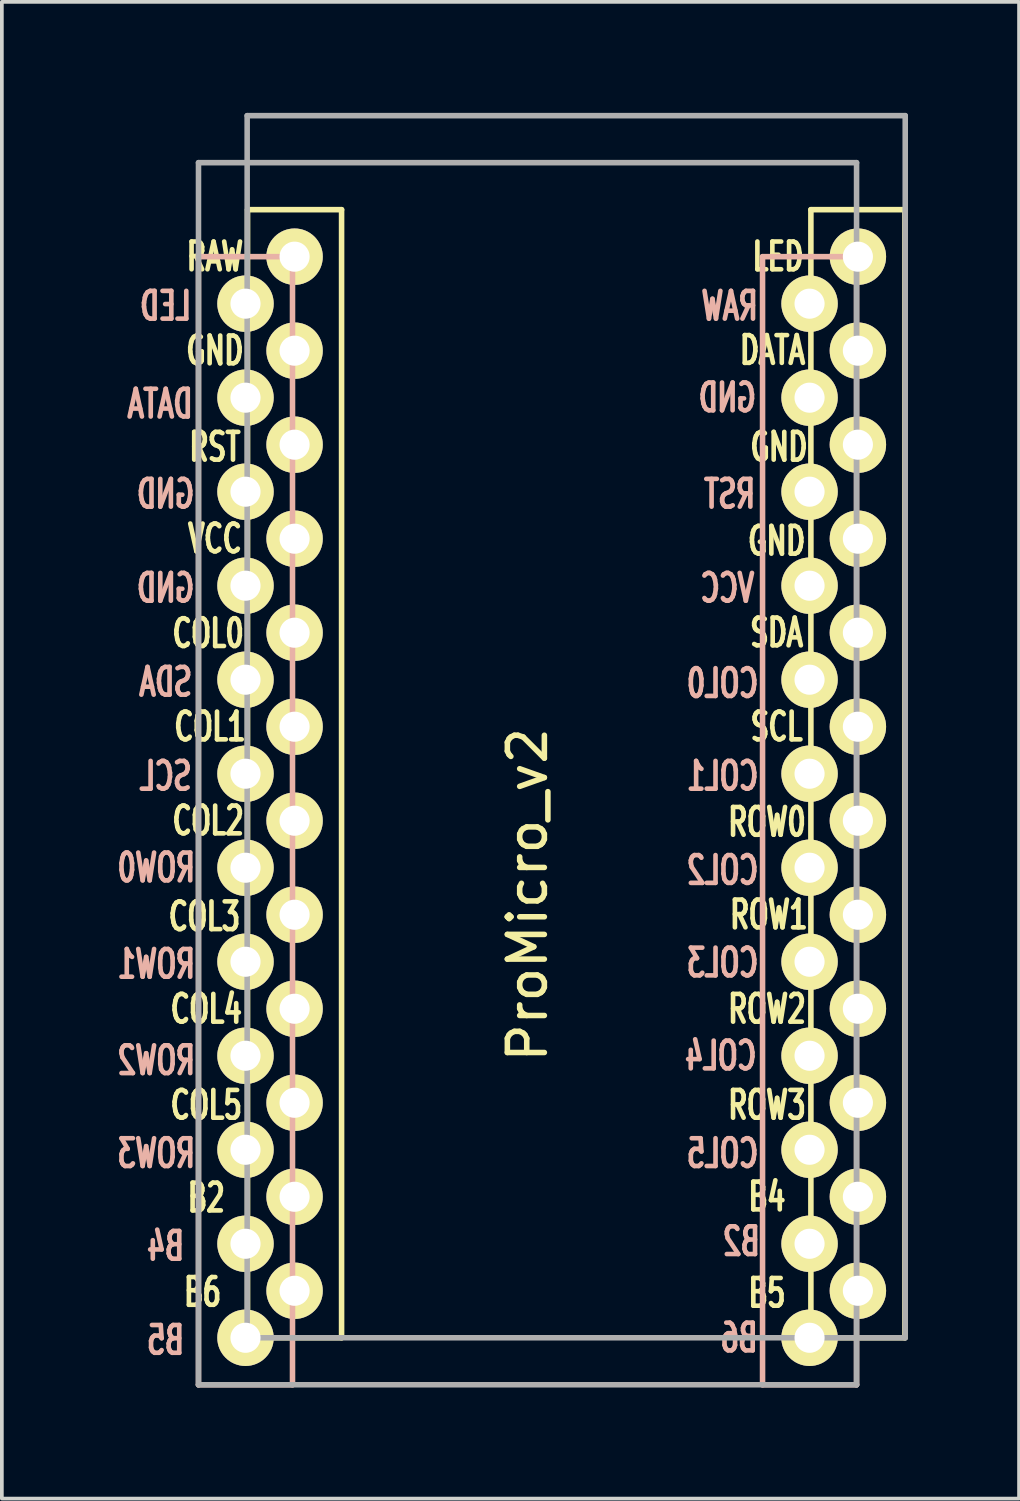
<source format=kicad_pcb>
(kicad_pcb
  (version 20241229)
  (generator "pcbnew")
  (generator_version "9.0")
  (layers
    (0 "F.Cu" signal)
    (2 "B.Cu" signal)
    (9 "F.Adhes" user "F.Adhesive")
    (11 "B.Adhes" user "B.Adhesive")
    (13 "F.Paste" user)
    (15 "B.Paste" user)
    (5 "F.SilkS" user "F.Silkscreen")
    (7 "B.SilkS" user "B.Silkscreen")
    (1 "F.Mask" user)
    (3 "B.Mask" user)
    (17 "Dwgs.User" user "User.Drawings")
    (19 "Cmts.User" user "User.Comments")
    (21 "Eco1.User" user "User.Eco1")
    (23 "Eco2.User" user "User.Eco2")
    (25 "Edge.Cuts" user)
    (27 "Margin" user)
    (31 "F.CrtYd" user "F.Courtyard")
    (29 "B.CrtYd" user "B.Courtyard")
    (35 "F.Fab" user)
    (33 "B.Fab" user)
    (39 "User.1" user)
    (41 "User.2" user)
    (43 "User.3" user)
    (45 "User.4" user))
  (footprint "ProMicro_v2"
    (layer "F.Cu")
    (at 12.473 18.363)
    (property "Reference" "ProMicro_v2" (at -1.27 2.762 270) (layer "F.SilkS") (effects (font (size 1 1) (thickness 0.15))))
    (attr through_hole)
    (fp_line (start -8.834 -15.748) (end -6.294 -15.748) (stroke (width 0.15) (type solid)) (layer "F.SilkS"))
    (fp_line (start -8.834 14.732) (end -8.834 -15.748) (stroke (width 0.15) (type solid)) (layer "F.SilkS"))
    (fp_line (start -6.294 -15.748) (end -6.294 14.732) (stroke (width 0.15) (type solid)) (layer "F.SilkS"))
    (fp_line (start -6.294 14.732) (end -8.834 14.732) (stroke (width 0.15) (type solid)) (layer "F.SilkS"))
    (fp_line (start 6.386 -15.748) (end 8.926 -15.748) (stroke (width 0.15) (type solid)) (layer "F.SilkS"))
    (fp_line (start 6.386 14.732) (end 6.386 -15.748) (stroke (width 0.15) (type solid)) (layer "F.SilkS"))
    (fp_line (start 8.926 -15.748) (end 8.926 14.732) (stroke (width 0.15) (type solid)) (layer "F.SilkS"))
    (fp_line (start 8.926 14.732) (end 6.386 14.732) (stroke (width 0.15) (type solid)) (layer "F.SilkS"))
    (fp_line (start -10.16 -14.478) (end -7.62 -14.478) (stroke (width 0.15) (type solid)) (layer "B.SilkS"))
    (fp_line (start -10.16 16.002) (end -10.16 -14.478) (stroke (width 0.15) (type solid)) (layer "B.SilkS"))
    (fp_line (start -7.62 -14.478) (end -7.62 16.002) (stroke (width 0.15) (type solid)) (layer "B.SilkS"))
    (fp_line (start -7.62 16.002) (end -10.16 16.002) (stroke (width 0.15) (type solid)) (layer "B.SilkS"))
    (fp_line (start 5.08 -14.478) (end 7.62 -14.478) (stroke (width 0.15) (type solid)) (layer "B.SilkS"))
    (fp_line (start 5.08 16.002) (end 5.08 -14.478) (stroke (width 0.15) (type solid)) (layer "B.SilkS"))
    (fp_line (start 7.62 -14.478) (end 7.62 16.002) (stroke (width 0.15) (type solid)) (layer "B.SilkS"))
    (fp_line (start 7.62 16.002) (end 5.08 16.002) (stroke (width 0.15) (type solid)) (layer "B.SilkS"))
    (fp_line (start -10.16 -17.018) (end 7.62 -17.018) (stroke (width 0.15) (type solid)) (layer "F.Fab"))
    (fp_line (start -10.16 16.002) (end -10.16 -17.018) (stroke (width 0.15) (type solid)) (layer "F.Fab"))
    (fp_line (start -8.845 -18.288) (end 8.935 -18.288) (stroke (width 0.15) (type solid)) (layer "F.Fab"))
    (fp_line (start -8.845 14.732) (end -8.845 -18.288) (stroke (width 0.15) (type solid)) (layer "F.Fab"))
    (fp_line (start 7.62 -17.018) (end 7.62 16.002) (stroke (width 0.15) (type solid)) (layer "F.Fab"))
    (fp_line (start 7.62 16.002) (end -10.16 16.002) (stroke (width 0.15) (type solid)) (layer "F.Fab"))
    (fp_line (start 8.935 -18.288) (end 8.935 14.732) (stroke (width 0.15) (type solid)) (layer "F.Fab"))
    (fp_line (start 8.935 14.732) (end -8.845 14.732) (stroke (width 0.15) (type solid)) (layer "F.Fab"))
    (fp_text user "COL4" (at -9.95 5.85 0) (layer "F.SilkS") (effects (font (size 0.75 0.5) (thickness 0.125))))
    (fp_text user "GND" (at 5.461 -6.795 0) (layer "F.SilkS") (effects (font (size 0.75 0.5) (thickness 0.125))))
    (fp_text user "B6" (at -10.05 13.5 0) (layer "F.SilkS") (effects (font (size 0.75 0.5) (thickness 0.125))))
    (fp_text user "ROW0" (at 5.2 0.8 0) (layer "F.SilkS") (effects (font (size 0.75 0.5) (thickness 0.125))))
    (fp_text user "B4" (at 5.2 10.922 0) (layer "F.SilkS") (effects (font (size 0.75 0.5) (thickness 0.125))))
    (fp_text user "COL5" (at -9.95 8.445 0) (layer "F.SilkS") (effects (font (size 0.75 0.5) (thickness 0.125))))
    (fp_text user "COL3" (at -10 3.35 0) (layer "F.SilkS") (effects (font (size 0.75 0.5) (thickness 0.125))))
    (fp_text user "SCL" (at 5.461 -1.778 0) (layer "F.SilkS") (effects (font (size 0.75 0.5) (thickness 0.125))))
    (fp_text user "COL0" (at -9.9 -4.3 0) (layer "F.SilkS") (effects (font (size 0.75 0.5) (thickness 0.125))))
    (fp_text user "GND" (at 5.524 -9.335 0) (layer "F.SilkS") (effects (font (size 0.75 0.5) (thickness 0.125))))
    (fp_text user "ROW2" (at 5.2 5.85 0) (layer "F.SilkS") (effects (font (size 0.75 0.5) (thickness 0.125))))
    (fp_text user "LED" (at 5.5 -14.478 0) (layer "F.SilkS") (effects (font (size 0.75 0.5) (thickness 0.125))))
    (fp_text user "ROW1" (at 5.25 3.302 0) (layer "F.SilkS") (effects (font (size 0.75 0.5) (thickness 0.125))))
    (fp_text user "ROW3" (at 5.2 8.445 0) (layer "F.SilkS") (effects (font (size 0.75 0.5) (thickness 0.125))))
    (fp_text user "B5" (at 5.2 13.525 0) (layer "F.SilkS") (effects (font (size 0.75 0.5) (thickness 0.125))))
    (fp_text user "B2" (at -9.95 10.95 0) (layer "F.SilkS") (effects (font (size 0.75 0.5) (thickness 0.125))))
    (fp_text user "VCC" (at -9.716 -6.858 0) (layer "F.SilkS") (effects (font (size 0.75 0.5) (thickness 0.125))))
    (fp_text user "" (at -0.5 -17.25 0) (layer "F.SilkS") (effects (font (size 1 1) (thickness 0.15))))
    (fp_text user "COL1" (at -9.85 -1.778 0) (layer "F.SilkS") (effects (font (size 0.75 0.5) (thickness 0.125))))
    (fp_text user "DATA" (at 5.35 -11.95 0) (layer "F.SilkS") (effects (font (size 0.75 0.5) (thickness 0.125))))
    (fp_text user "GND" (at -9.716 -11.938 0) (layer "F.SilkS") (effects (font (size 0.75 0.5) (thickness 0.125))))
    (fp_text user "RAW" (at -9.716 -14.478 0) (layer "F.SilkS") (effects (font (size 0.75 0.5) (thickness 0.125))))
    (fp_text user "RST" (at -9.716 -9.335 0) (layer "F.SilkS") (effects (font (size 0.75 0.5) (thickness 0.125))))
    (fp_text user "SDA" (at 5.461 -4.318 0) (layer "F.SilkS") (effects (font (size 0.75 0.5) (thickness 0.125))))
    (fp_text user "COL2" (at -9.9 0.762 0) (layer "F.SilkS") (effects (font (size 0.75 0.5) (thickness 0.125))))
    (fp_text user "B6" (at 4.445 14.732 0) (layer "B.SilkS") (effects (font (size 0.75 0.5) (thickness 0.125)) (justify mirror)))
    (fp_text user "B2" (at 4.508 12.129 0) (layer "B.SilkS") (effects (font (size 0.75 0.5) (thickness 0.125)) (justify mirror)))
    (fp_text user "RST" (at 4.191 -8.065 0) (layer "B.SilkS") (effects (font (size 0.75 0.5) (thickness 0.125)) (justify mirror)))
    (fp_text user "" (at -1.206 -16.256 0) (layer "B.SilkS") (effects (font (size 1 1) (thickness 0.15)) (justify mirror)))
    (fp_text user "COL1" (at 4 -0.445 0) (layer "B.SilkS") (effects (font (size 0.75 0.5) (thickness 0.125)) (justify mirror)))
    (fp_text user "ROW1" (at -11.3 4.636 0) (layer "B.SilkS") (effects (font (size 0.75 0.5) (thickness 0.125)) (justify mirror)))
    (fp_text user "RAW" (at 4.191 -13.145 0) (layer "B.SilkS") (effects (font (size 0.75 0.5) (thickness 0.125)) (justify mirror)))
    (fp_text user "LED" (at -11.049 -13.145 0) (layer "B.SilkS") (effects (font (size 0.75 0.5) (thickness 0.125)) (justify mirror)))
    (fp_text user "GND" (at 4.128 -10.668 0) (layer "B.SilkS") (effects (font (size 0.75 0.5) (thickness 0.125)) (justify mirror)))
    (fp_text user "ROW2" (at -11.3 7.239 0) (layer "B.SilkS") (effects (font (size 0.75 0.5) (thickness 0.125)) (justify mirror)))
    (fp_text user "SCL" (at -11.049 -0.445 0) (layer "B.SilkS") (effects (font (size 0.75 0.5) (thickness 0.125)) (justify mirror)))
    (fp_text user "SDA" (at -11.049 -2.985 0) (layer "B.SilkS") (effects (font (size 0.75 0.5) (thickness 0.125)) (justify mirror)))
    (fp_text user "GND" (at -11.049 -5.524 0) (layer "B.SilkS") (effects (font (size 0.75 0.5) (thickness 0.125)) (justify mirror)))
    (fp_text user "GND" (at -11.049 -8.065 0) (layer "B.SilkS") (effects (font (size 0.75 0.5) (thickness 0.125)) (justify mirror)))
    (fp_text user "B4" (at -11.049 12.255 0) (layer "B.SilkS") (effects (font (size 0.75 0.5) (thickness 0.125)) (justify mirror)))
    (fp_text user "ROW3" (at -11.3 9.75 0) (layer "B.SilkS") (effects (font (size 0.75 0.5) (thickness 0.125)) (justify mirror)))
    (fp_text user "COL3" (at 4 4.6 0) (layer "B.SilkS") (effects (font (size 0.75 0.5) (thickness 0.125)) (justify mirror)))
    (fp_text user "COL2" (at 4 2.1 0) (layer "B.SilkS") (effects (font (size 0.75 0.5) (thickness 0.125)) (justify mirror)))
    (fp_text user "B5" (at -11.049 14.796 0) (layer "B.SilkS") (effects (font (size 0.75 0.5) (thickness 0.125)) (justify mirror)))
    (fp_text user "COL4" (at 3.95 7.112 0) (layer "B.SilkS") (effects (font (size 0.75 0.5) (thickness 0.125)) (justify mirror)))
    (fp_text user "COL0" (at 4 -2.95 0) (layer "B.SilkS") (effects (font (size 0.75 0.5) (thickness 0.125)) (justify mirror)))
    (fp_text user "COL5" (at 4 9.75 0) (layer "B.SilkS") (effects (font (size 0.75 0.5) (thickness 0.125)) (justify mirror)))
    (fp_text user "VCC" (at 4.128 -5.524 0) (layer "B.SilkS") (effects (font (size 0.75 0.5) (thickness 0.125)) (justify mirror)))
    (fp_text user "DATA" (at -11.2 -10.5 0) (layer "B.SilkS") (effects (font (size 0.75 0.5) (thickness 0.125)) (justify mirror)))
    (fp_text user "ROW0" (at -11.3 2.032 0) (layer "B.SilkS") (effects (font (size 0.75 0.5) (thickness 0.125)) (justify mirror)))
    (pad "1" thru_hole circle (at -8.89 -13.208) (size 1.524 1.524) (drill 0.813) (layers "*.Cu" "*.Mask" "F.SilkS"))
    (pad "1" thru_hole circle (at 7.656 -14.478) (size 1.524 1.524) (drill 0.813) (layers "*.Cu" "*.Mask" "F.SilkS"))
    (pad "2" thru_hole circle (at -8.89 -10.668) (size 1.524 1.524) (drill 0.813) (layers "*.Cu" "*.Mask" "F.SilkS"))
    (pad "2" thru_hole circle (at 7.656 -11.938) (size 1.524 1.524) (drill 0.813) (layers "*.Cu" "*.Mask" "F.SilkS"))
    (pad "3" thru_hole circle (at -8.89 -8.128) (size 1.524 1.524) (drill 0.813) (layers "*.Cu" "*.Mask" "F.SilkS"))
    (pad "3" thru_hole circle (at 7.656 -9.398) (size 1.524 1.524) (drill 0.813) (layers "*.Cu" "*.Mask" "F.SilkS"))
    (pad "4" thru_hole circle (at -8.89 -5.588) (size 1.524 1.524) (drill 0.813) (layers "*.Cu" "*.Mask" "F.SilkS"))
    (pad "4" thru_hole circle (at 7.656 -6.858) (size 1.524 1.524) (drill 0.813) (layers "*.Cu" "*.Mask" "F.SilkS"))
    (pad "5" thru_hole circle (at -8.89 -3.048) (size 1.524 1.524) (drill 0.813) (layers "*.Cu" "*.Mask" "F.SilkS"))
    (pad "5" thru_hole circle (at 7.656 -4.318) (size 1.524 1.524) (drill 0.813) (layers "*.Cu" "*.Mask" "F.SilkS"))
    (pad "6" thru_hole circle (at -8.89 -0.508) (size 1.524 1.524) (drill 0.813) (layers "*.Cu" "*.Mask" "F.SilkS"))
    (pad "6" thru_hole circle (at 7.656 -1.778) (size 1.524 1.524) (drill 0.813) (layers "*.Cu" "*.Mask" "F.SilkS"))
    (pad "7" thru_hole circle (at -8.89 2.032) (size 1.524 1.524) (drill 0.813) (layers "*.Cu" "*.Mask" "F.SilkS"))
    (pad "7" thru_hole circle (at 7.656 0.762) (size 1.524 1.524) (drill 0.813) (layers "*.Cu" "*.Mask" "F.SilkS"))
    (pad "8" thru_hole circle (at -8.89 4.572) (size 1.524 1.524) (drill 0.813) (layers "*.Cu" "*.Mask" "F.SilkS"))
    (pad "8" thru_hole circle (at 7.656 3.302) (size 1.524 1.524) (drill 0.813) (layers "*.Cu" "*.Mask" "F.SilkS"))
    (pad "9" thru_hole circle (at -8.89 7.112) (size 1.524 1.524) (drill 0.813) (layers "*.Cu" "*.Mask" "F.SilkS"))
    (pad "9" thru_hole circle (at 7.656 5.842) (size 1.524 1.524) (drill 0.813) (layers "*.Cu" "*.Mask" "F.SilkS"))
    (pad "10" thru_hole circle (at -8.89 9.652) (size 1.524 1.524) (drill 0.813) (layers "*.Cu" "*.Mask" "F.SilkS"))
    (pad "10" thru_hole circle (at 7.656 8.382) (size 1.524 1.524) (drill 0.813) (layers "*.Cu" "*.Mask" "F.SilkS"))
    (pad "11" thru_hole circle (at -8.89 12.192) (size 1.524 1.524) (drill 0.813) (layers "*.Cu" "*.Mask" "F.SilkS"))
    (pad "11" thru_hole circle (at 7.656 10.922) (size 1.524 1.524) (drill 0.813) (layers "*.Cu" "*.Mask" "F.SilkS"))
    (pad "12" thru_hole circle (at -8.89 14.732) (size 1.524 1.524) (drill 0.813) (layers "*.Cu" "*.Mask" "F.SilkS"))
    (pad "12" thru_hole circle (at 7.656 13.462) (size 1.524 1.524) (drill 0.813) (layers "*.Cu" "*.Mask" "F.SilkS"))
    (pad "13" thru_hole circle (at -7.564 13.462) (size 1.524 1.524) (drill 0.813) (layers "*.Cu" "*.Mask" "F.SilkS"))
    (pad "13" thru_hole circle (at 6.35 14.732) (size 1.524 1.524) (drill 0.813) (layers "*.Cu" "*.Mask" "F.SilkS"))
    (pad "14" thru_hole circle (at -7.564 10.922) (size 1.524 1.524) (drill 0.813) (layers "*.Cu" "*.Mask" "F.SilkS"))
    (pad "14" thru_hole circle (at 6.35 12.192) (size 1.524 1.524) (drill 0.813) (layers "*.Cu" "*.Mask" "F.SilkS"))
    (pad "15" thru_hole circle (at -7.564 8.382) (size 1.524 1.524) (drill 0.813) (layers "*.Cu" "*.Mask" "F.SilkS"))
    (pad "15" thru_hole circle (at 6.35 9.652) (size 1.524 1.524) (drill 0.813) (layers "*.Cu" "*.Mask" "F.SilkS"))
    (pad "16" thru_hole circle (at -7.564 5.842) (size 1.524 1.524) (drill 0.813) (layers "*.Cu" "*.Mask" "F.SilkS"))
    (pad "16" thru_hole circle (at 6.35 7.112) (size 1.524 1.524) (drill 0.813) (layers "*.Cu" "*.Mask" "F.SilkS"))
    (pad "17" thru_hole circle (at -7.564 3.302) (size 1.524 1.524) (drill 0.813) (layers "*.Cu" "*.Mask" "F.SilkS"))
    (pad "17" thru_hole circle (at 6.35 4.572) (size 1.524 1.524) (drill 0.813) (layers "*.Cu" "*.Mask" "F.SilkS"))
    (pad "18" thru_hole circle (at -7.564 0.762) (size 1.524 1.524) (drill 0.813) (layers "*.Cu" "*.Mask" "F.SilkS"))
    (pad "18" thru_hole circle (at 6.35 2.032) (size 1.524 1.524) (drill 0.813) (layers "*.Cu" "*.Mask" "F.SilkS"))
    (pad "19" thru_hole circle (at -7.564 -1.778) (size 1.524 1.524) (drill 0.813) (layers "*.Cu" "*.Mask" "F.SilkS"))
    (pad "19" thru_hole circle (at 6.35 -0.508) (size 1.524 1.524) (drill 0.813) (layers "*.Cu" "*.Mask" "F.SilkS"))
    (pad "20" thru_hole circle (at -7.564 -4.318) (size 1.524 1.524) (drill 0.813) (layers "*.Cu" "*.Mask" "F.SilkS"))
    (pad "20" thru_hole circle (at 6.35 -3.048) (size 1.524 1.524) (drill 0.813) (layers "*.Cu" "*.Mask" "F.SilkS"))
    (pad "21" thru_hole circle (at -7.564 -6.858) (size 1.524 1.524) (drill 0.813) (layers "*.Cu" "*.Mask" "F.SilkS"))
    (pad "21" thru_hole circle (at 6.35 -5.588) (size 1.524 1.524) (drill 0.813) (layers "*.Cu" "*.Mask" "F.SilkS"))
    (pad "22" thru_hole circle (at -7.564 -9.398) (size 1.524 1.524) (drill 0.813) (layers "*.Cu" "*.Mask" "F.SilkS"))
    (pad "22" thru_hole circle (at 6.35 -8.128) (size 1.524 1.524) (drill 0.813) (layers "*.Cu" "*.Mask" "F.SilkS"))
    (pad "23" thru_hole circle (at -7.564 -11.938) (size 1.524 1.524) (drill 0.813) (layers "*.Cu" "*.Mask" "F.SilkS"))
    (pad "23" thru_hole circle (at 6.35 -10.668) (size 1.524 1.524) (drill 0.813) (layers "*.Cu" "*.Mask" "F.SilkS"))
    (pad "24" thru_hole circle (at -7.564 -14.478) (size 1.524 1.524) (drill 0.813) (layers "*.Cu" "*.Mask" "F.SilkS"))
    (pad "24" thru_hole circle (at 6.35 -13.208) (size 1.524 1.524) (drill 0.813) (layers "*.Cu" "*.Mask" "F.SilkS")))
  (gr_rect
    (start -3 -3)
    (end 24.483 37.44)
    (stroke (width 0.1) (type default))
    (fill no)
    (layer "Edge.Cuts")))
</source>
